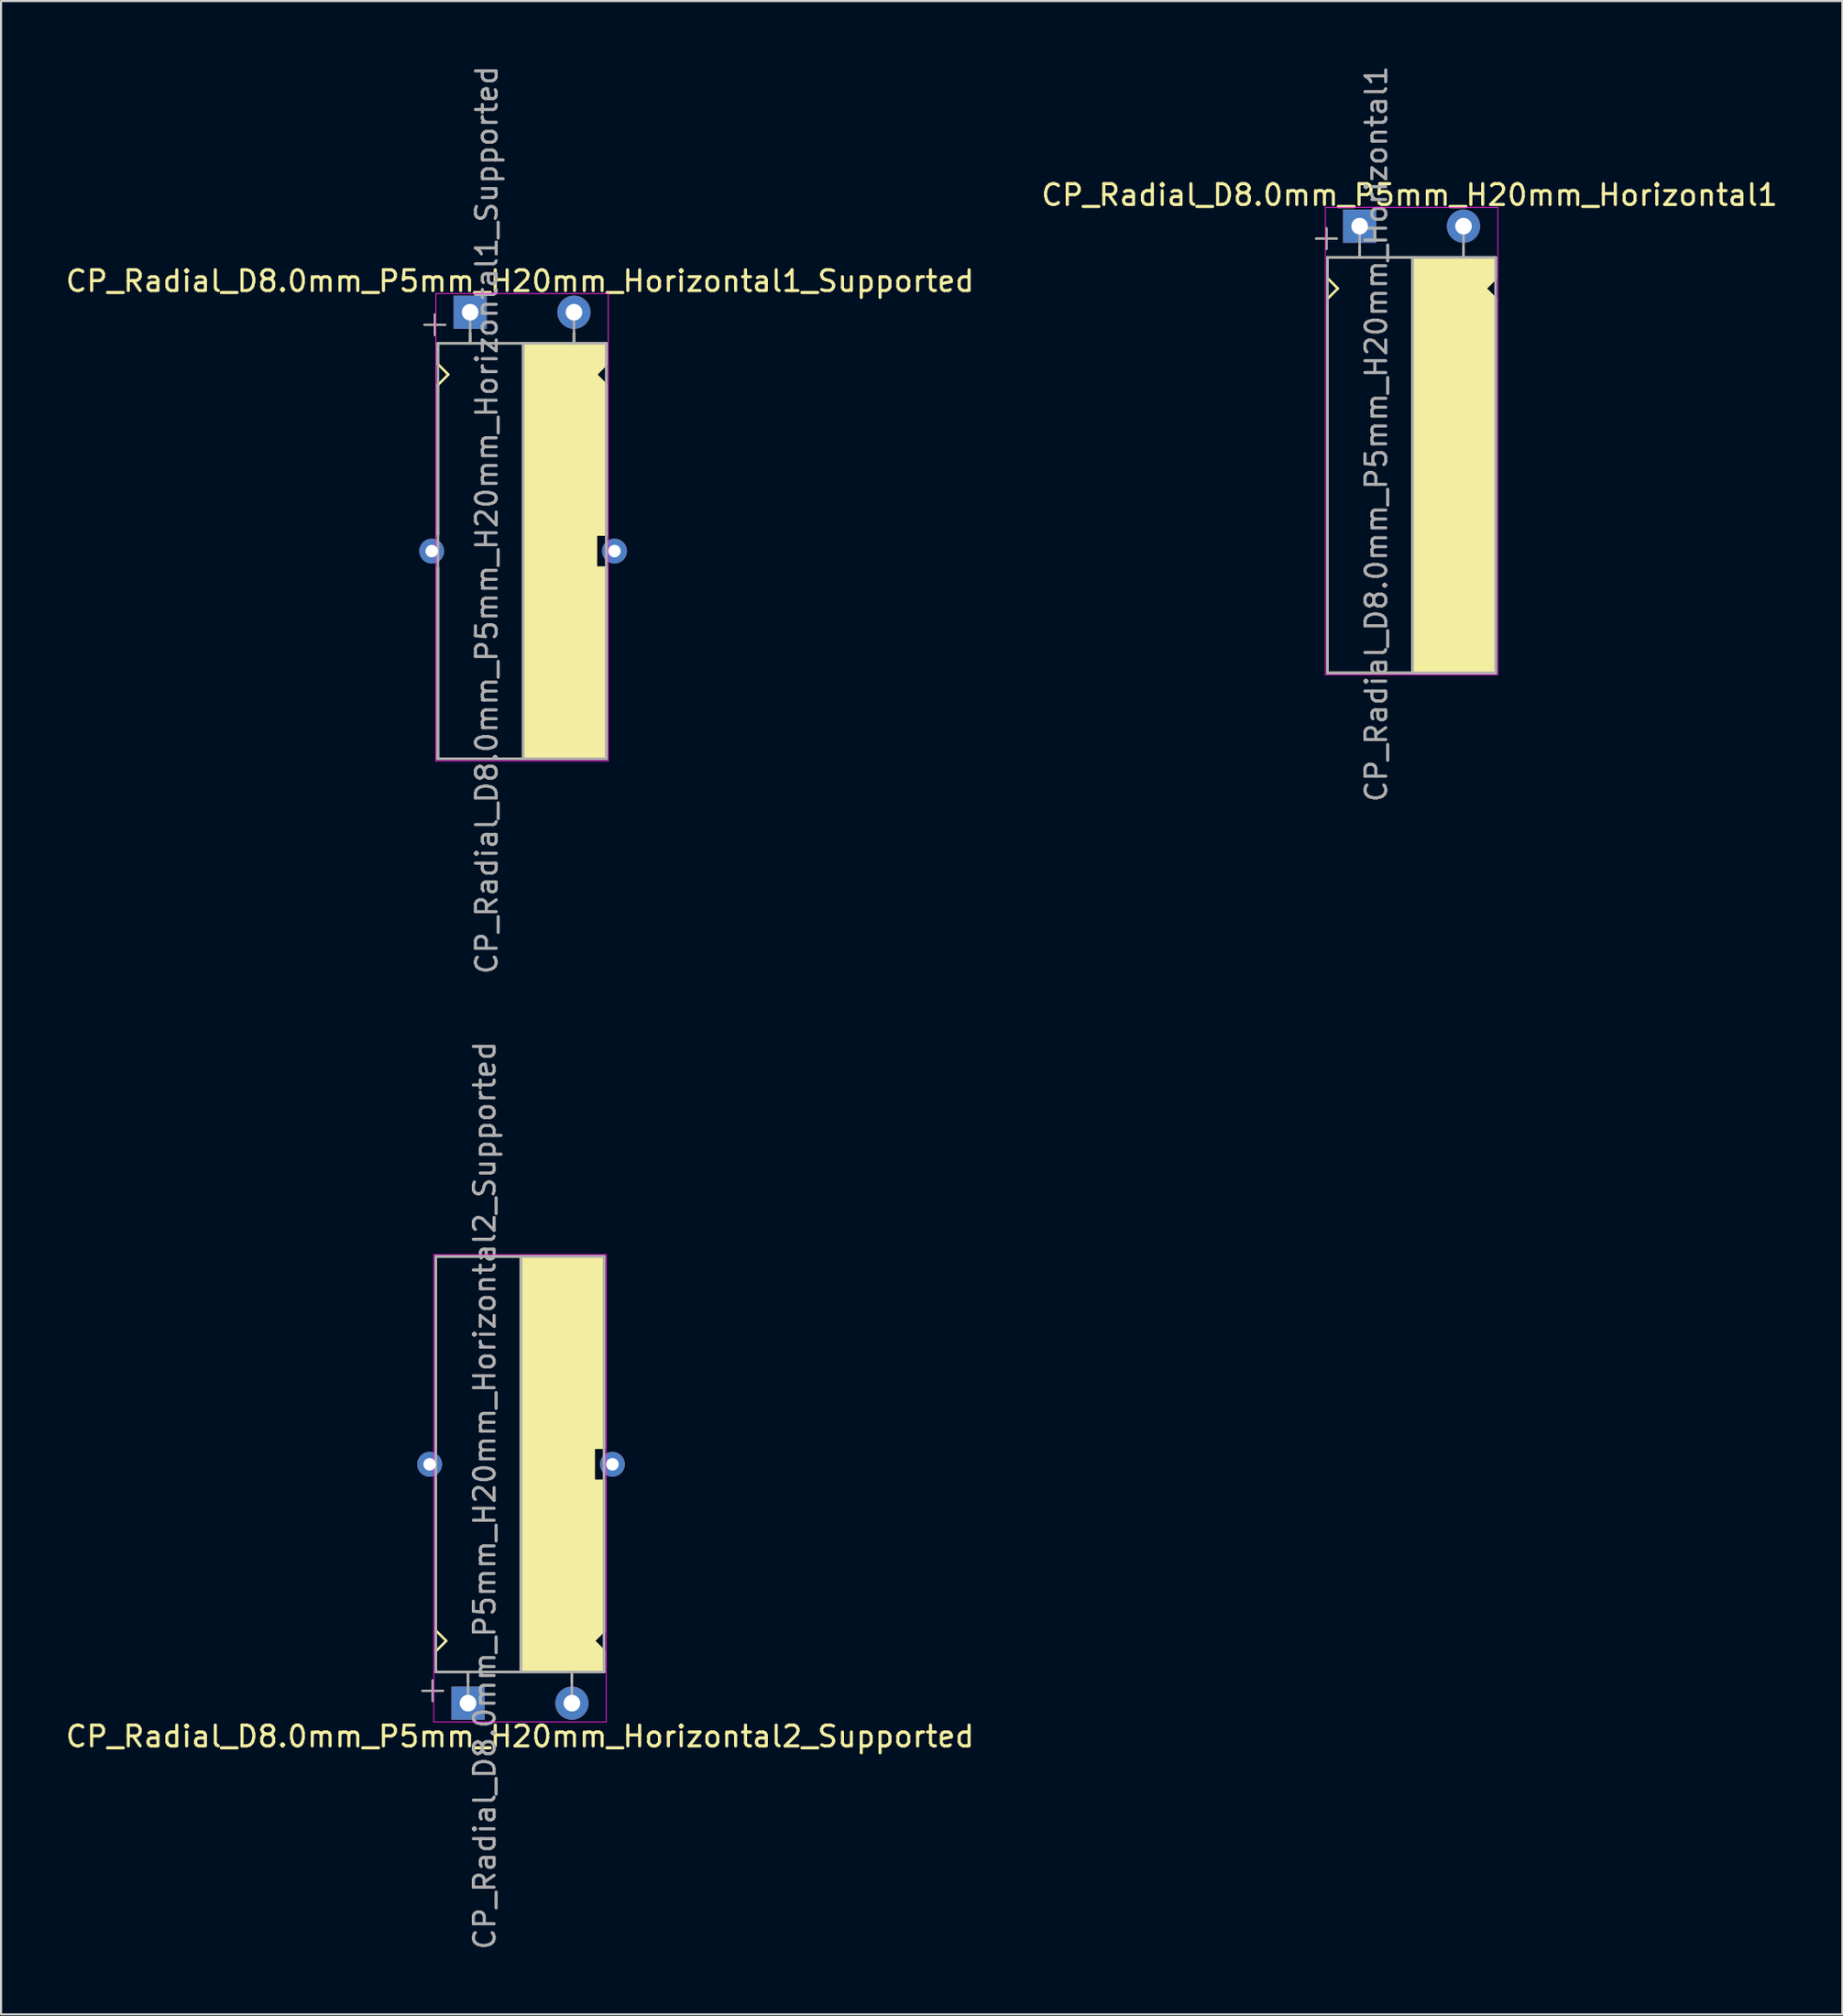
<source format=kicad_pcb>
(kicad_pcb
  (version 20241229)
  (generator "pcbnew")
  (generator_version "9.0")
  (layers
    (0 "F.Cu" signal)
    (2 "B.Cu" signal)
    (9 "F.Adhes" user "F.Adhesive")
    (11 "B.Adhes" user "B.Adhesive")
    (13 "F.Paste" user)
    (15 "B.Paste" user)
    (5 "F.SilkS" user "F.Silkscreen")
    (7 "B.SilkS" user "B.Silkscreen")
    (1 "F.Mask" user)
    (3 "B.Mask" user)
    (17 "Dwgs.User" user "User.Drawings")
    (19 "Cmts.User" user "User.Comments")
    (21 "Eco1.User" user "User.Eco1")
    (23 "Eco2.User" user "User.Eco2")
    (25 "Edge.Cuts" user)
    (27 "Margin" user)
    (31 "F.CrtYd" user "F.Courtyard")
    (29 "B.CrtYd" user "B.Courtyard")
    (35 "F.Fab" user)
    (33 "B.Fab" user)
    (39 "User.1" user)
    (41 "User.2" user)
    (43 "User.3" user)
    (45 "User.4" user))
  (footprint "CP_Radial_D8.0mm_P5mm_H20mm_Horizontal1"
    (layer "F.Cu")
    (at 63.204 7.839)
    (property "Reference" "CP_Radial_D8.0mm_P5mm_H20mm_Horizontal1" (at 1.6 -1.5 0) (layer "F.SilkS") (effects (font (size 1 1) (thickness 0.15))))
    (attr through_hole)
    (fp_line (start -2.9 0.6) (end -1.9 0.6) (stroke (width 0.1) (type solid)) (layer "F.SilkS"))
    (fp_line (start -2.4 1.1) (end -2.4 0.1) (stroke (width 0.1) (type solid)) (layer "F.SilkS"))
    (fp_line (start -2.35 1.5) (end 5.75 1.5) (stroke (width 0.12) (type solid)) (layer "F.SilkS"))
    (fp_line (start -2.35 2.5) (end -2.35 1.5) (stroke (width 0.12) (type solid)) (layer "F.SilkS"))
    (fp_line (start -2.35 3.5) (end -2.35 21.5) (stroke (width 0.12) (type solid)) (layer "F.SilkS"))
    (fp_line (start -2.35 3.5) (end -1.85 3) (stroke (width 0.12) (type solid)) (layer "F.SilkS"))
    (fp_line (start -2.35 21.5) (end 5.65 21.5) (stroke (width 0.12) (type solid)) (layer "F.SilkS"))
    (fp_line (start -1.85 3) (end -2.35 2.5) (stroke (width 0.12) (type solid)) (layer "F.SilkS"))
    (fp_line (start -0.8 1) (end -0.8 1.5) (stroke (width 0.12) (type solid)) (layer "F.SilkS"))
    (fp_line (start 1.75 21.5) (end 1.75 1.5) (stroke (width 0.12) (type solid)) (layer "F.SilkS"))
    (fp_line (start 4.2 1) (end 4.2 1.5) (stroke (width 0.12) (type solid)) (layer "F.SilkS"))
    (fp_line (start 5.25 3) (end 5.75 2.5) (stroke (width 0.12) (type solid)) (layer "F.SilkS"))
    (fp_line (start 5.75 2.5) (end 5.75 1.5) (stroke (width 0.12) (type solid)) (layer "F.SilkS"))
    (fp_line (start 5.75 3.5) (end 5.25 3) (stroke (width 0.12) (type solid)) (layer "F.SilkS"))
    (fp_line (start 5.75 3.5) (end 5.75 21.5) (stroke (width 0.12) (type solid)) (layer "F.SilkS"))
    (fp_line (start 5.75 21.5) (end 5.65 21.5) (stroke (width 0.12) (type solid)) (layer "F.SilkS"))
    (fp_poly (pts (xy 5.75 2.5) (xy 5.25 3) (xy 5.75 3.5) (xy 5.75 21.5) (xy 1.75 21.5) (xy 1.75 1.5) (xy 5.75 1.5)) (stroke (width 0.1) (type solid)) (fill yes) (layer "F.SilkS"))
    (fp_line (start -2.45 -0.9) (end 5.85 -0.9) (stroke (width 0.04) (type solid)) (layer "F.CrtYd"))
    (fp_line (start -2.45 1.5) (end -2.45 -0.9) (stroke (width 0.04) (type solid)) (layer "F.CrtYd"))
    (fp_line (start -2.45 21.6) (end -2.45 1.5) (stroke (width 0.04) (type solid)) (layer "F.CrtYd"))
    (fp_line (start 5.85 -0.9) (end 5.85 21.6) (stroke (width 0.04) (type solid)) (layer "F.CrtYd"))
    (fp_line (start 5.85 21.6) (end -2.45 21.6) (stroke (width 0.04) (type solid)) (layer "F.CrtYd"))
    (fp_line (start -2.9 0.6) (end -1.9 0.6) (stroke (width 0.1) (type solid)) (layer "F.Fab"))
    (fp_line (start -2.4 1.1) (end -2.4 0.1) (stroke (width 0.1) (type solid)) (layer "F.Fab"))
    (fp_line (start -2.35 1.5) (end 5.75 1.5) (stroke (width 0.12) (type solid)) (layer "F.Fab"))
    (fp_line (start -2.35 21.5) (end -2.35 1.5) (stroke (width 0.12) (type solid)) (layer "F.Fab"))
    (fp_line (start -0.8 1.5) (end -0.8 0) (stroke (width 0.12) (type solid)) (layer "F.Fab"))
    (fp_line (start 1.75 1.5) (end 1.75 21.5) (stroke (width 0.12) (type solid)) (layer "F.Fab"))
    (fp_line (start 4.2 1.5) (end 4.2 0) (stroke (width 0.12) (type solid)) (layer "F.Fab"))
    (fp_line (start 5.75 1.5) (end 5.75 21.5) (stroke (width 0.12) (type solid)) (layer "F.Fab"))
    (fp_line (start 5.75 21.5) (end -2.35 21.5) (stroke (width 0.12) (type solid)) (layer "F.Fab"))
    (fp_poly (pts (xy 5.75 21.5) (xy 1.75 21.5) (xy 1.75 1.5) (xy 5.75 1.5)) (stroke (width 0.1) (type solid)) (fill no) (layer "F.Fab"))
    (fp_text user "${REFERENCE}" (at 0 10 90) (layer "F.Fab") (effects (font (size 1 1) (thickness 0.15))))
    (pad "1" thru_hole rect (at -0.8 0) (size 1.6 1.6) (drill 0.8) (layers "*.Cu" "*.Mask"))
    (pad "2" thru_hole circle (at 4.2 0) (size 1.6 1.6) (drill 0.8) (layers "*.Cu" "*.Mask")))
  (footprint "CP_Radial_D8.0mm_P5mm_H20mm_Horizontal1_Supported"
    (layer "F.Cu")
    (at 20.382 11.982)
    (property "Reference" "CP_Radial_D8.0mm_P5mm_H20mm_Horizontal1_Supported" (at 1.6 -1.5 0) (layer "F.SilkS") (effects (font (size 1 1) (thickness 0.15))))
    (attr through_hole)
    (fp_line (start -3 0.6) (end -2 0.6) (stroke (width 0.1) (type solid)) (layer "F.SilkS"))
    (fp_line (start -2.5 1.1) (end -2.5 0.1) (stroke (width 0.1) (type solid)) (layer "F.SilkS"))
    (fp_line (start -2.35 1.5) (end -2.35 2.5) (stroke (width 0.12) (type solid)) (layer "F.SilkS"))
    (fp_line (start -2.35 1.5) (end 5.75 1.5) (stroke (width 0.12) (type solid)) (layer "F.SilkS"))
    (fp_line (start -2.35 2.5) (end -1.85 3) (stroke (width 0.12) (type solid)) (layer "F.SilkS"))
    (fp_line (start -2.35 10.7) (end -2.35 3.5) (stroke (width 0.12) (type solid)) (layer "F.SilkS"))
    (fp_line (start -2.35 12.3) (end -2.35 21.5) (stroke (width 0.12) (type solid)) (layer "F.SilkS"))
    (fp_line (start -2.35 21.5) (end 5.65 21.5) (stroke (width 0.12) (type solid)) (layer "F.SilkS"))
    (fp_line (start -1.85 3) (end -2.35 3.5) (stroke (width 0.12) (type solid)) (layer "F.SilkS"))
    (fp_line (start -0.8 1) (end -0.8 1.5) (stroke (width 0.12) (type solid)) (layer "F.SilkS"))
    (fp_line (start 1.75 21.5) (end 1.75 1.5) (stroke (width 0.12) (type solid)) (layer "F.SilkS"))
    (fp_line (start 4.2 1) (end 4.2 1.5) (stroke (width 0.12) (type solid)) (layer "F.SilkS"))
    (fp_line (start 5.25 3) (end 5.75 2.5) (stroke (width 0.12) (type solid)) (layer "F.SilkS"))
    (fp_line (start 5.25 10.7) (end 5.25 12.3) (stroke (width 0.12) (type solid)) (layer "F.SilkS"))
    (fp_line (start 5.25 12.3) (end 5.75 12.3) (stroke (width 0.12) (type solid)) (layer "F.SilkS"))
    (fp_line (start 5.75 2.5) (end 5.75 1.5) (stroke (width 0.12) (type solid)) (layer "F.SilkS"))
    (fp_line (start 5.75 3.5) (end 5.25 3) (stroke (width 0.12) (type solid)) (layer "F.SilkS"))
    (fp_line (start 5.75 10.7) (end 5.25 10.7) (stroke (width 0.12) (type solid)) (layer "F.SilkS"))
    (fp_line (start 5.75 10.7) (end 5.75 3.5) (stroke (width 0.12) (type solid)) (layer "F.SilkS"))
    (fp_line (start 5.75 12.3) (end 5.75 21.5) (stroke (width 0.12) (type solid)) (layer "F.SilkS"))
    (fp_line (start 5.75 21.5) (end 5.65 21.5) (stroke (width 0.12) (type solid)) (layer "F.SilkS"))
    (fp_poly (pts (xy 5.75 2.5) (xy 5.25 3) (xy 5.75 3.5) (xy 5.75 10.7) (xy 5.25 10.7) (xy 5.25 12.3) (xy 5.75 12.3) (xy 5.75 21.5) (xy 1.75 21.5) (xy 1.75 1.5) (xy 5.75 1.5)) (stroke (width 0.1) (type solid)) (fill yes) (layer "F.SilkS"))
    (fp_line (start -2.45 -0.9) (end 5.85 -0.9) (stroke (width 0.04) (type solid)) (layer "F.CrtYd"))
    (fp_line (start -2.45 1.5) (end -2.45 -0.9) (stroke (width 0.04) (type solid)) (layer "F.CrtYd"))
    (fp_line (start -2.45 21.6) (end -2.45 1.5) (stroke (width 0.04) (type solid)) (layer "F.CrtYd"))
    (fp_line (start 5.85 -0.9) (end 5.85 21.6) (stroke (width 0.04) (type solid)) (layer "F.CrtYd"))
    (fp_line (start 5.85 21.6) (end -2.45 21.6) (stroke (width 0.04) (type solid)) (layer "F.CrtYd"))
    (fp_line (start -3 0.6) (end -2 0.6) (stroke (width 0.1) (type solid)) (layer "F.Fab"))
    (fp_line (start -2.5 1.1) (end -2.5 0.1) (stroke (width 0.1) (type solid)) (layer "F.Fab"))
    (fp_line (start -2.35 1.5) (end 5.75 1.5) (stroke (width 0.12) (type solid)) (layer "F.Fab"))
    (fp_line (start -2.35 21.5) (end -2.35 1.5) (stroke (width 0.12) (type solid)) (layer "F.Fab"))
    (fp_line (start -0.8 1.5) (end -0.8 0) (stroke (width 0.12) (type solid)) (layer "F.Fab"))
    (fp_line (start 1.75 1.5) (end 1.75 21.5) (stroke (width 0.12) (type solid)) (layer "F.Fab"))
    (fp_line (start 4.2 1.5) (end 4.2 0) (stroke (width 0.12) (type solid)) (layer "F.Fab"))
    (fp_line (start 5.75 1.5) (end 5.75 21.5) (stroke (width 0.12) (type solid)) (layer "F.Fab"))
    (fp_line (start 5.75 21.5) (end -2.35 21.5) (stroke (width 0.12) (type solid)) (layer "F.Fab"))
    (fp_poly (pts (xy 5.75 21.5) (xy 1.75 21.5) (xy 1.75 1.5) (xy 5.75 1.5)) (stroke (width 0.1) (type solid)) (fill no) (layer "F.Fab"))
    (fp_text user "${REFERENCE}" (at 0 10 90) (layer "F.Fab") (effects (font (size 1 1) (thickness 0.15))))
    (pad "" thru_hole circle (at -2.65 11.5) (size 1.2 1.2) (drill 0.6) (layers "*.Cu" "*.Mask"))
    (pad "" thru_hole circle (at 6.15 11.5) (size 1.2 1.2) (drill 0.6) (layers "*.Cu" "*.Mask"))
    (pad "1" thru_hole rect (at -0.8 0) (size 1.6 1.6) (drill 0.8) (layers "*.Cu" "*.Mask"))
    (pad "2" thru_hole circle (at 4.2 0) (size 1.6 1.6) (drill 0.8) (layers "*.Cu" "*.Mask")))
  (footprint "CP_Radial_D8.0mm_P5mm_H20mm_Horizontal2_Supported"
    (layer "F.Cu")
    (at 20.282 78.946)
    (property "Reference" "CP_Radial_D8.0mm_P5mm_H20mm_Horizontal2_Supported" (at 1.7 1.6 0) (layer "F.SilkS") (effects (font (size 1 1) (thickness 0.15))))
    (attr through_hole)
    (fp_line (start -3 -0.6) (end -2 -0.6) (stroke (width 0.1) (type solid)) (layer "F.SilkS"))
    (fp_line (start -2.5 -0.1) (end -2.5 -1.1) (stroke (width 0.1) (type solid)) (layer "F.SilkS"))
    (fp_line (start -2.35 -21.5) (end 5.65 -21.5) (stroke (width 0.12) (type solid)) (layer "F.SilkS"))
    (fp_line (start -2.35 -12.3) (end -2.35 -21.5) (stroke (width 0.12) (type solid)) (layer "F.SilkS"))
    (fp_line (start -2.35 -10.7) (end -2.35 -3.5) (stroke (width 0.12) (type solid)) (layer "F.SilkS"))
    (fp_line (start -2.35 -2.5) (end -1.85 -3) (stroke (width 0.12) (type solid)) (layer "F.SilkS"))
    (fp_line (start -2.35 -1.5) (end -2.35 -2.5) (stroke (width 0.12) (type solid)) (layer "F.SilkS"))
    (fp_line (start -2.35 -1.5) (end 5.75 -1.5) (stroke (width 0.12) (type solid)) (layer "F.SilkS"))
    (fp_line (start -1.85 -3) (end -2.35 -3.5) (stroke (width 0.12) (type solid)) (layer "F.SilkS"))
    (fp_line (start -0.8 -1) (end -0.8 -1.5) (stroke (width 0.12) (type solid)) (layer "F.SilkS"))
    (fp_line (start 1.75 -21.5) (end 1.75 -1.5) (stroke (width 0.12) (type solid)) (layer "F.SilkS"))
    (fp_line (start 4.2 -1) (end 4.2 -1.5) (stroke (width 0.12) (type solid)) (layer "F.SilkS"))
    (fp_line (start 5.25 -12.3) (end 5.75 -12.3) (stroke (width 0.12) (type solid)) (layer "F.SilkS"))
    (fp_line (start 5.25 -10.7) (end 5.25 -12.3) (stroke (width 0.12) (type solid)) (layer "F.SilkS"))
    (fp_line (start 5.25 -3) (end 5.75 -2.5) (stroke (width 0.12) (type solid)) (layer "F.SilkS"))
    (fp_line (start 5.75 -21.5) (end 5.65 -21.5) (stroke (width 0.12) (type solid)) (layer "F.SilkS"))
    (fp_line (start 5.75 -12.3) (end 5.75 -21.5) (stroke (width 0.12) (type solid)) (layer "F.SilkS"))
    (fp_line (start 5.75 -10.7) (end 5.25 -10.7) (stroke (width 0.12) (type solid)) (layer "F.SilkS"))
    (fp_line (start 5.75 -10.7) (end 5.75 -3.5) (stroke (width 0.12) (type solid)) (layer "F.SilkS"))
    (fp_line (start 5.75 -3.5) (end 5.25 -3) (stroke (width 0.12) (type solid)) (layer "F.SilkS"))
    (fp_line (start 5.75 -2.5) (end 5.75 -1.5) (stroke (width 0.12) (type solid)) (layer "F.SilkS"))
    (fp_poly (pts (xy 5.75 -2.5) (xy 5.25 -3) (xy 5.75 -3.5) (xy 5.75 -10.7) (xy 5.25 -10.7) (xy 5.25 -12.3) (xy 5.75 -12.3) (xy 5.75 -21.5) (xy 1.75 -21.5) (xy 1.75 -1.5) (xy 5.75 -1.5)) (stroke (width 0.1) (type solid)) (fill yes) (layer "F.SilkS"))
    (fp_line (start -2.45 -21.6) (end -2.45 -1.5) (stroke (width 0.04) (type solid)) (layer "F.CrtYd"))
    (fp_line (start -2.45 -1.5) (end -2.45 0.9) (stroke (width 0.04) (type solid)) (layer "F.CrtYd"))
    (fp_line (start -2.45 0.9) (end 5.85 0.9) (stroke (width 0.04) (type solid)) (layer "F.CrtYd"))
    (fp_line (start 5.85 -21.6) (end -2.45 -21.6) (stroke (width 0.04) (type solid)) (layer "F.CrtYd"))
    (fp_line (start 5.85 0.9) (end 5.85 -21.6) (stroke (width 0.04) (type solid)) (layer "F.CrtYd"))
    (fp_line (start -3 -0.6) (end -2 -0.6) (stroke (width 0.1) (type solid)) (layer "F.Fab"))
    (fp_line (start -2.5 -0.1) (end -2.5 -1.1) (stroke (width 0.1) (type solid)) (layer "F.Fab"))
    (fp_line (start -2.35 -21.5) (end -2.35 -1.5) (stroke (width 0.12) (type solid)) (layer "F.Fab"))
    (fp_line (start -2.35 -1.5) (end 5.75 -1.5) (stroke (width 0.12) (type solid)) (layer "F.Fab"))
    (fp_line (start -0.8 -1.5) (end -0.8 0) (stroke (width 0.12) (type solid)) (layer "F.Fab"))
    (fp_line (start 1.75 -1.5) (end 1.75 -21.5) (stroke (width 0.12) (type solid)) (layer "F.Fab"))
    (fp_line (start 4.2 -1.5) (end 4.2 0) (stroke (width 0.12) (type solid)) (layer "F.Fab"))
    (fp_line (start 5.75 -21.5) (end -2.35 -21.5) (stroke (width 0.12) (type solid)) (layer "F.Fab"))
    (fp_line (start 5.75 -1.5) (end 5.75 -21.5) (stroke (width 0.12) (type solid)) (layer "F.Fab"))
    (fp_poly (pts (xy 5.75 -21.5) (xy 1.75 -21.5) (xy 1.75 -1.5) (xy 5.75 -1.5)) (stroke (width 0.1) (type solid)) (fill no) (layer "F.Fab"))
    (fp_text user "${REFERENCE}" (at 0 -10 90) (layer "F.Fab") (effects (font (size 1 1) (thickness 0.15))))
    (pad "" thru_hole circle (at -2.65 -11.5 180) (size 1.2 1.2) (drill 0.6) (layers "*.Cu" "*.Mask"))
    (pad "" thru_hole circle (at 6.15 -11.5 180) (size 1.2 1.2) (drill 0.6) (layers "*.Cu" "*.Mask"))
    (pad "1" thru_hole rect (at -0.8 0) (size 1.6 1.6) (drill 0.8) (layers "*.Cu" "*.Mask"))
    (pad "2" thru_hole circle (at 4.2 0) (size 1.6 1.6) (drill 0.8) (layers "*.Cu" "*.Mask")))
  (gr_rect
    (start -3 -3)
    (end 85.643 93.929)
    (stroke (width 0.1) (type default))
    (fill no)
    (layer "Edge.Cuts")))
</source>
